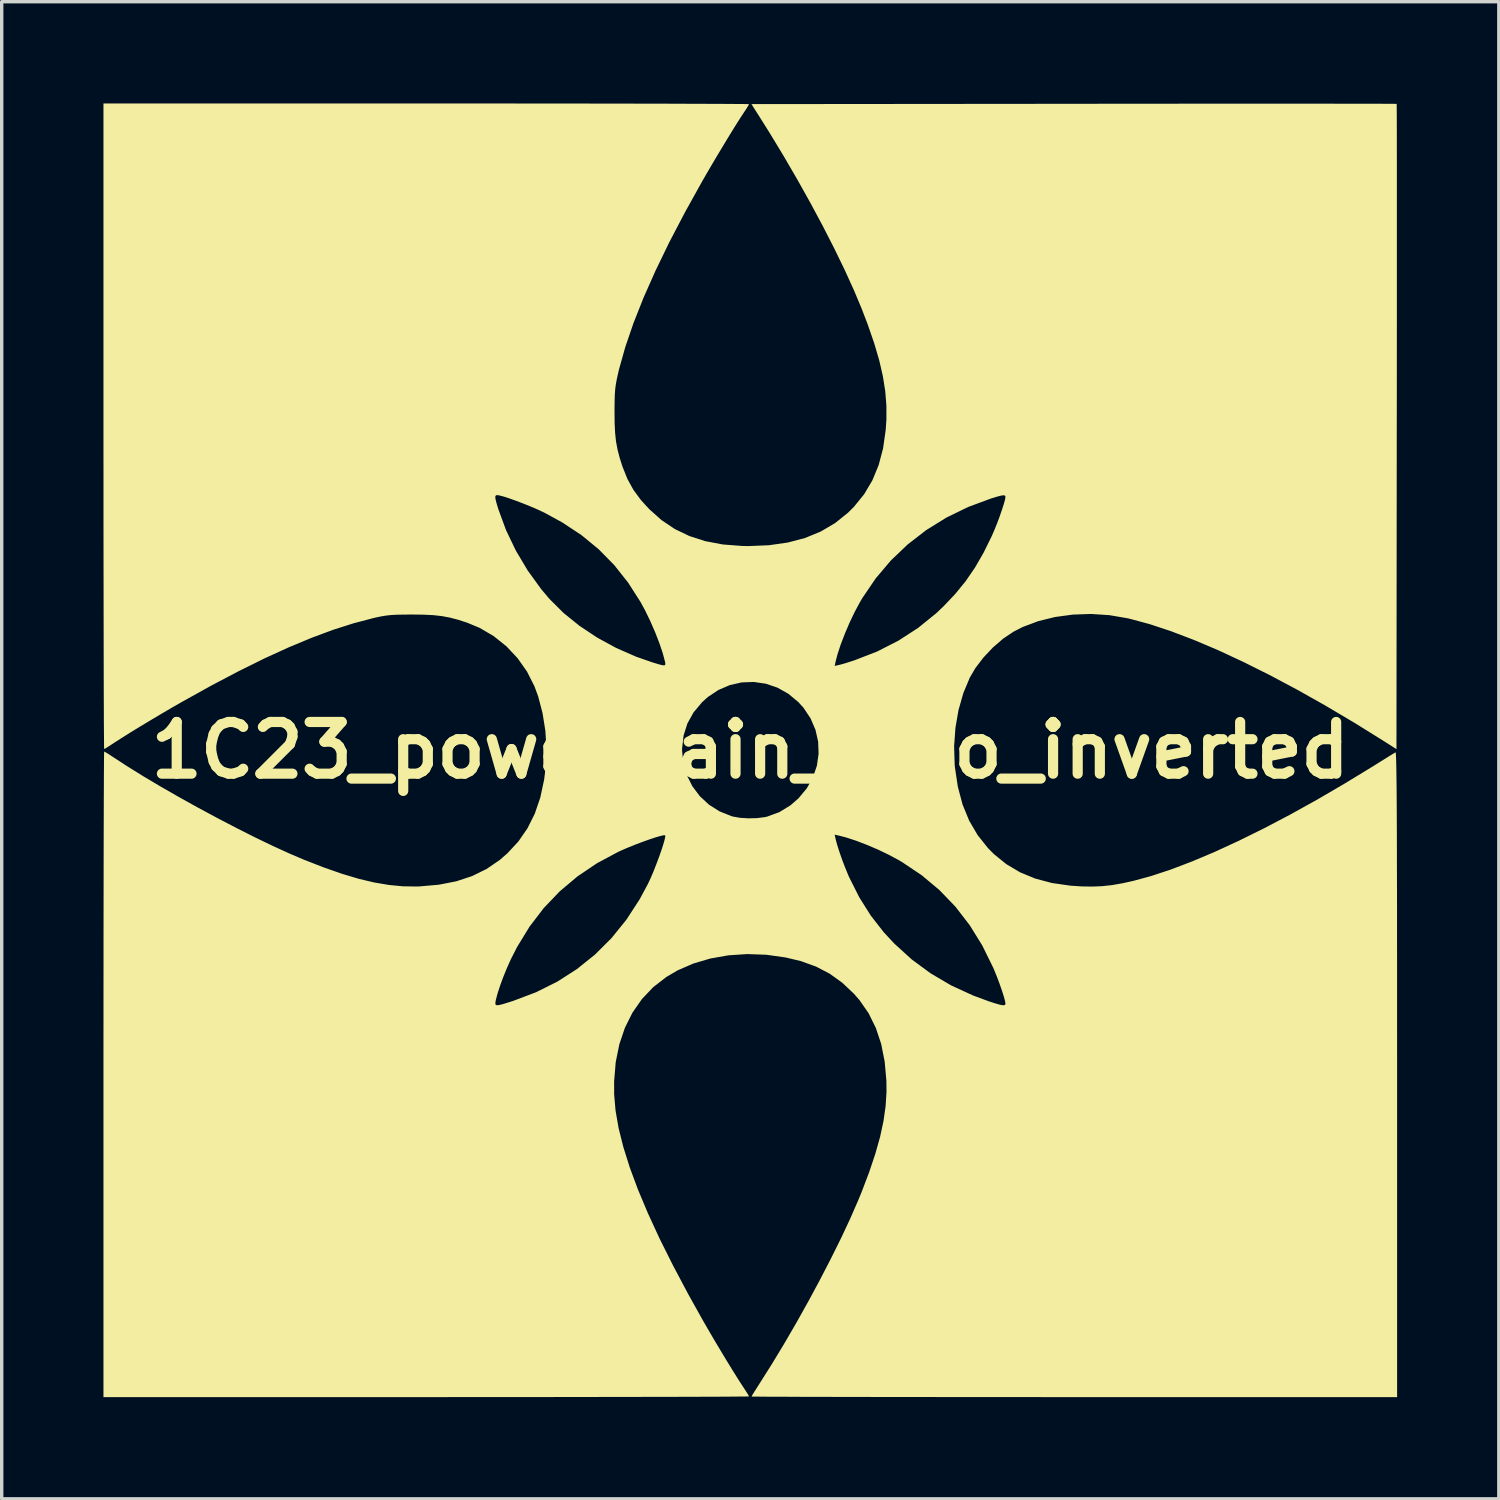
<source format=kicad_pcb>
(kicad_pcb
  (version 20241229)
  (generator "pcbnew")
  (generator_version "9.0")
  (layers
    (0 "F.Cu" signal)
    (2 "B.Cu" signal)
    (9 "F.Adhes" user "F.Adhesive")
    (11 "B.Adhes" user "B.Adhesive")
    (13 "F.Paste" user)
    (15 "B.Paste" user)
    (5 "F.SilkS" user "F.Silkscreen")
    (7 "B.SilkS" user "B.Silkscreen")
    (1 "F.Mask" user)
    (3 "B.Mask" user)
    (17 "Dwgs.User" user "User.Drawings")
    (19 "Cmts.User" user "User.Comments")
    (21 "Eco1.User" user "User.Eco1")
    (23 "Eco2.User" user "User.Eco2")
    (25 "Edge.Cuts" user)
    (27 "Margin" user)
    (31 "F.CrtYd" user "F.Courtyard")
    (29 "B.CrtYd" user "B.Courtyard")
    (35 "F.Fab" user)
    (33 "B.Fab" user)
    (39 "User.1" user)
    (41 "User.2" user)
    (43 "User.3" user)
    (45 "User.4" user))
  (footprint "1C23_powertrain_logo_inverted"
    (layer "F.Cu")
    (at 19.069 19.069)
    (property "Reference" "1C23_powertrain_logo_inverted" (at 0 0 0) (layer "F.SilkS") (effects (font (size 1.524 1.524) (thickness 0.3))))
    (attr board_only exclude_from_pos_files exclude_from_bom)
    (fp_poly (pts (xy -8.716 -19.069) (xy -7.899 -19.068) (xy -7.105 -19.068) (xy -6.337 -19.067) (xy -5.598 -19.067) (xy -4.891 -19.066) (xy -4.219 -19.065) (xy -3.586 -19.064) (xy -2.994 -19.063) (xy -2.446 -19.062) (xy -1.947 -19.06) (xy -1.498 -19.059) (xy -1.104 -19.057) (xy -0.766 -19.056) (xy -0.489 -19.054) (xy -0.275 -19.053) (xy -0.127 -19.051) (xy -0.049 -19.049) (xy -0.037 -19.048) (xy -0.057 -19.009) (xy -0.107 -18.926) (xy -0.178 -18.818) (xy -0.18 -18.815) (xy -0.291 -18.646) (xy -0.432 -18.424) (xy -0.594 -18.162) (xy -0.77 -17.872) (xy -0.953 -17.568) (xy -1.135 -17.261) (xy -1.309 -16.963) (xy -1.405 -16.797) (xy -1.923 -15.865) (xy -2.387 -14.979) (xy -2.794 -14.138) (xy -3.147 -13.343) (xy -3.443 -12.595) (xy -3.683 -11.894) (xy -3.867 -11.241) (xy -3.896 -11.117) (xy -3.934 -10.946) (xy -3.962 -10.799) (xy -3.981 -10.658) (xy -3.993 -10.504) (xy -3.999 -10.319) (xy -4.002 -10.084) (xy -4.002 -9.981) (xy -3.999 -9.641) (xy -3.985 -9.355) (xy -3.958 -9.103) (xy -3.914 -8.868) (xy -3.852 -8.628) (xy -3.768 -8.364) (xy -3.764 -8.353) (xy -3.621 -7.996) (xy -3.446 -7.679) (xy -3.226 -7.379) (xy -2.979 -7.109) (xy -2.617 -6.786) (xy -2.224 -6.522) (xy -1.795 -6.316) (xy -1.326 -6.165) (xy -0.813 -6.068) (xy -0.25 -6.024) (xy -0.056 -6.02) (xy 0.549 -6.045) (xy 1.104 -6.124) (xy 1.613 -6.258) (xy 2.077 -6.449) (xy 2.499 -6.697) (xy 2.88 -7.003) (xy 3.059 -7.181) (xy 3.357 -7.549) (xy 3.599 -7.957) (xy 3.785 -8.408) (xy 3.916 -8.905) (xy 3.993 -9.451) (xy 4.013 -9.749) (xy 4.013 -10.162) (xy 3.979 -10.585) (xy 3.909 -11.028) (xy 3.801 -11.498) (xy 3.652 -12.004) (xy 3.462 -12.554) (xy 3.282 -13.024) (xy 3.053 -13.569) (xy 2.783 -14.162) (xy 2.476 -14.794) (xy 2.138 -15.455) (xy 1.773 -16.136) (xy 1.387 -16.826) (xy 0.985 -17.517) (xy 0.572 -18.199) (xy 0.283 -18.659) (xy 0.034 -19.05) (xy 9.539 -19.059) (xy 10.375 -19.06) (xy 11.192 -19.061) (xy 11.986 -19.061) (xy 12.754 -19.062) (xy 13.493 -19.062) (xy 14.2 -19.062) (xy 14.872 -19.062) (xy 15.506 -19.062) (xy 16.098 -19.062) (xy 16.645 -19.062) (xy 17.145 -19.062) (xy 17.594 -19.061) (xy 17.989 -19.061) (xy 18.326 -19.06) (xy 18.604 -19.06) (xy 18.818 -19.059) (xy 18.966 -19.058) (xy 19.044 -19.057) (xy 19.056 -19.056) (xy 19.057 -19.018) (xy 19.058 -18.909) (xy 19.059 -18.732) (xy 19.06 -18.489) (xy 19.061 -18.185) (xy 19.061 -17.821) (xy 19.062 -17.402) (xy 19.062 -16.931) (xy 19.062 -16.409) (xy 19.062 -15.842) (xy 19.062 -15.231) (xy 19.062 -14.58) (xy 19.062 -13.892) (xy 19.062 -13.171) (xy 19.062 -12.418) (xy 19.061 -11.639) (xy 19.061 -10.834) (xy 19.06 -10.008) (xy 19.059 -9.539) (xy 19.05 -0.034) (xy 18.676 -0.272) (xy 17.805 -0.814) (xy 16.951 -1.32) (xy 16.118 -1.789) (xy 15.309 -2.219) (xy 14.53 -2.608) (xy 13.783 -2.955) (xy 13.072 -3.256) (xy 12.402 -3.511) (xy 11.777 -3.718) (xy 11.2 -3.874) (xy 11.117 -3.893) (xy 10.584 -3.984) (xy 10.044 -4.019) (xy 9.507 -4) (xy 8.985 -3.929) (xy 8.49 -3.807) (xy 8.034 -3.636) (xy 7.765 -3.499) (xy 7.455 -3.291) (xy 7.152 -3.03) (xy 6.873 -2.734) (xy 6.634 -2.42) (xy 6.471 -2.141) (xy 6.281 -1.687) (xy 6.139 -1.188) (xy 6.048 -0.66) (xy 6.009 -0.116) (xy 6.026 0.429) (xy 6.033 0.502) (xy 6.119 1.076) (xy 6.258 1.598) (xy 6.452 2.072) (xy 6.701 2.499) (xy 7.006 2.882) (xy 7.181 3.059) (xy 7.547 3.356) (xy 7.952 3.597) (xy 8.4 3.782) (xy 8.893 3.913) (xy 9.435 3.991) (xy 9.762 4.013) (xy 10.084 4.018) (xy 10.377 4.006) (xy 10.669 3.974) (xy 10.982 3.919) (xy 11.285 3.852) (xy 11.816 3.708) (xy 12.397 3.516) (xy 13.025 3.277) (xy 13.695 2.994) (xy 14.402 2.668) (xy 15.143 2.302) (xy 15.913 1.898) (xy 16.708 1.457) (xy 17.523 0.981) (xy 18.355 0.474) (xy 18.398 0.447) (xy 18.585 0.33) (xy 18.752 0.226) (xy 18.888 0.142) (xy 18.982 0.084) (xy 19.022 0.06) (xy 19.027 0.07) (xy 19.032 0.107) (xy 19.036 0.175) (xy 19.04 0.274) (xy 19.044 0.408) (xy 19.047 0.579) (xy 19.05 0.789) (xy 19.053 1.04) (xy 19.056 1.334) (xy 19.058 1.675) (xy 19.06 2.064) (xy 19.062 2.503) (xy 19.063 2.996) (xy 19.064 3.543) (xy 19.066 4.148) (xy 19.067 4.813) (xy 19.067 5.539) (xy 19.068 6.33) (xy 19.068 7.188) (xy 19.068 8.114) (xy 19.069 9.112) (xy 19.069 9.551) (xy 19.069 19.069) (xy 9.553 19.069) (xy 8.716 19.069) (xy 7.899 19.068) (xy 7.105 19.068) (xy 6.337 19.068) (xy 5.598 19.067) (xy 4.891 19.066) (xy 4.219 19.066) (xy 3.586 19.065) (xy 2.994 19.064) (xy 2.446 19.063) (xy 1.947 19.062) (xy 1.498 19.061) (xy 1.104 19.059) (xy 0.766 19.058) (xy 0.489 19.057) (xy 0.275 19.055) (xy 0.127 19.054) (xy 0.049 19.053) (xy 0.037 19.052) (xy 0.056 19.016) (xy 0.108 18.93) (xy 0.185 18.808) (xy 0.273 18.67) (xy 0.635 18.097) (xy 1.001 17.493) (xy 1.364 16.868) (xy 1.719 16.233) (xy 2.06 15.599) (xy 2.382 14.976) (xy 2.68 14.375) (xy 2.946 13.807) (xy 3.176 13.281) (xy 3.282 13.024) (xy 3.506 12.434) (xy 3.687 11.894) (xy 3.827 11.396) (xy 3.927 10.933) (xy 3.989 10.495) (xy 4.016 10.074) (xy 4.013 9.749) (xy 3.962 9.177) (xy 3.859 8.657) (xy 3.701 8.184) (xy 3.489 7.754) (xy 3.22 7.366) (xy 3.057 7.179) (xy 2.713 6.854) (xy 2.343 6.588) (xy 1.939 6.377) (xy 1.49 6.215) (xy 1.043 6.108) (xy 0.474 6.028) (xy -0.091 6.008) (xy -0.645 6.045) (xy -1.178 6.139) (xy -1.681 6.288) (xy -2.146 6.49) (xy -2.474 6.683) (xy -2.862 6.984) (xy -3.195 7.335) (xy -3.473 7.734) (xy -3.695 8.178) (xy -3.86 8.666) (xy -3.967 9.194) (xy -4.014 9.76) (xy -4.013 10.149) (xy -3.972 10.623) (xy -3.882 11.139) (xy -3.742 11.698) (xy -3.552 12.302) (xy -3.311 12.951) (xy -3.019 13.647) (xy -2.676 14.391) (xy -2.28 15.184) (xy -1.833 16.027) (xy -1.424 16.76) (xy -1.253 17.058) (xy -1.069 17.373) (xy -0.879 17.691) (xy -0.693 18) (xy -0.516 18.288) (xy -0.358 18.541) (xy -0.225 18.747) (xy -0.18 18.815) (xy -0.109 18.924) (xy -0.057 19.008) (xy -0.037 19.048) (xy -0.037 19.048) (xy -0.074 19.05) (xy -0.182 19.052) (xy -0.358 19.053) (xy -0.6 19.055) (xy -0.903 19.057) (xy -1.266 19.058) (xy -1.684 19.06) (xy -2.155 19.061) (xy -2.675 19.062) (xy -3.242 19.063) (xy -3.852 19.064) (xy -4.502 19.065) (xy -5.189 19.066) (xy -5.91 19.067) (xy -6.662 19.068) (xy -7.442 19.068) (xy -8.246 19.068) (xy -9.072 19.069) (xy -9.553 19.069) (xy -19.069 19.069) (xy -19.069 9.553) (xy -19.069 8.716) (xy -19.068 7.899) (xy -19.068 7.453) (xy -7.516 7.453) (xy -7.51 7.496) (xy -7.48 7.516) (xy -7.414 7.513) (xy -7.303 7.486) (xy -7.138 7.435) (xy -6.992 7.389) (xy -6.32 7.135) (xy -5.693 6.823) (xy -5.112 6.451) (xy -4.577 6.022) (xy -4.09 5.536) (xy -3.652 4.994) (xy -3.263 4.396) (xy -3.016 3.937) (xy -2.938 3.77) (xy -2.856 3.577) (xy -2.774 3.369) (xy -2.695 3.16) (xy -2.625 2.961) (xy -2.567 2.783) (xy -2.526 2.64) (xy -2.506 2.543) (xy -2.509 2.506) (xy -2.556 2.505) (xy -2.66 2.529) (xy -2.808 2.573) (xy -2.988 2.633) (xy -3.189 2.705) (xy -3.398 2.784) (xy -3.603 2.867) (xy -3.793 2.949) (xy -3.89 2.993) (xy -4.521 3.331) (xy -5.097 3.72) (xy -5.62 4.161) (xy -6.09 4.653) (xy -6.508 5.2) (xy -6.875 5.8) (xy -7.06 6.164) (xy -7.172 6.414) (xy -7.279 6.676) (xy -7.374 6.934) (xy -7.45 7.167) (xy -7.5 7.356) (xy -7.506 7.386) (xy -7.516 7.453) (xy -19.068 7.453) (xy -19.068 7.105) (xy -19.067 6.337) (xy -19.067 5.598) (xy -19.066 4.891) (xy -19.065 4.219) (xy -19.064 3.586) (xy -19.063 2.994) (xy -19.062 2.446) (xy -19.06 1.947) (xy -19.059 1.498) (xy -19.057 1.104) (xy -19.056 0.766) (xy -19.054 0.489) (xy -19.053 0.275) (xy -19.051 0.127) (xy -19.049 0.049) (xy -19.048 0.037) (xy -19.009 0.057) (xy -18.926 0.107) (xy -18.818 0.178) (xy -18.815 0.18) (xy -18.389 0.458) (xy -17.912 0.755) (xy -17.394 1.063) (xy -16.847 1.377) (xy -16.282 1.691) (xy -15.711 1.998) (xy -15.145 2.293) (xy -14.595 2.57) (xy -14.072 2.822) (xy -13.588 3.043) (xy -13.166 3.223) (xy -12.576 3.453) (xy -12.038 3.641) (xy -11.543 3.789) (xy -11.084 3.898) (xy -10.652 3.971) (xy -10.239 4.01) (xy -9.836 4.016) (xy -9.749 4.013) (xy -9.183 3.963) (xy -8.669 3.863) (xy -8.202 3.709) (xy -7.777 3.501) (xy -7.389 3.236) (xy -7.162 3.039) (xy -6.837 2.689) (xy -6.698 2.488) (xy 2.488 2.488) (xy 2.515 2.613) (xy 2.556 2.771) (xy 2.621 2.976) (xy 2.701 3.207) (xy 2.79 3.442) (xy 2.88 3.661) (xy 2.915 3.742) (xy 3.213 4.334) (xy 3.551 4.872) (xy 3.936 5.366) (xy 4.246 5.699) (xy 4.761 6.167) (xy 5.318 6.577) (xy 5.92 6.931) (xy 6.571 7.23) (xy 7.019 7.396) (xy 7.221 7.462) (xy 7.362 7.502) (xy 7.453 7.518) (xy 7.504 7.511) (xy 7.522 7.482) (xy 7.523 7.469) (xy 7.51 7.387) (xy 7.472 7.251) (xy 7.417 7.077) (xy 7.348 6.88) (xy 7.271 6.675) (xy 7.191 6.477) (xy 7.16 6.406) (xy 6.838 5.752) (xy 6.467 5.154) (xy 6.047 4.61) (xy 5.576 4.121) (xy 5.053 3.683) (xy 4.476 3.297) (xy 4.371 3.235) (xy 4.084 3.081) (xy 3.767 2.929) (xy 3.439 2.789) (xy 3.119 2.666) (xy 2.826 2.57) (xy 2.613 2.515) (xy 2.488 2.488) (xy -6.698 2.488) (xy -6.569 2.301) (xy -6.354 1.871) (xy -6.191 1.395) (xy -6.078 0.868) (xy -6.028 0.475) (xy -6.009 0) (xy -2.011 0) (xy -1.975 0.376) (xy -1.872 0.732) (xy -1.707 1.061) (xy -1.487 1.354) (xy -1.217 1.604) (xy -0.904 1.802) (xy -0.553 1.942) (xy -0.511 1.954) (xy -0.303 1.991) (xy -0.056 2.006) (xy 0.198 2) (xy 0.426 1.971) (xy 0.495 1.956) (xy 0.854 1.825) (xy 1.18 1.626) (xy 1.419 1.419) (xy 1.665 1.124) (xy 1.847 0.8) (xy 1.963 0.457) (xy 2.014 0.103) (xy 2.001 -0.253) (xy 1.922 -0.603) (xy 1.778 -0.939) (xy 1.57 -1.252) (xy 1.419 -1.419) (xy 1.124 -1.665) (xy 0.8 -1.847) (xy 0.457 -1.963) (xy 0.103 -2.014) (xy -0.253 -2.001) (xy -0.603 -1.922) (xy -0.939 -1.778) (xy -1.252 -1.57) (xy -1.419 -1.419) (xy -1.671 -1.119) (xy -1.853 -0.792) (xy -1.966 -0.438) (xy -2.01 -0.055) (xy -2.011 0) (xy -6.009 0) (xy -6.008 -0.043) (xy -6.041 -0.573) (xy -6.124 -1.096) (xy -6.254 -1.591) (xy -6.363 -1.887) (xy -6.581 -2.318) (xy -6.7 -2.488) (xy 2.488 -2.488) (xy 2.613 -2.515) (xy 2.704 -2.538) (xy 2.842 -2.579) (xy 3.002 -2.63) (xy 3.073 -2.653) (xy 3.74 -2.912) (xy 4.366 -3.231) (xy 4.948 -3.608) (xy 5.482 -4.04) (xy 5.699 -4.246) (xy 6.048 -4.615) (xy 6.353 -4.99) (xy 6.626 -5.388) (xy 6.879 -5.827) (xy 7.118 -6.313) (xy 7.193 -6.484) (xy 7.271 -6.678) (xy 7.347 -6.88) (xy 7.415 -7.076) (xy 7.471 -7.249) (xy 7.509 -7.384) (xy 7.523 -7.466) (xy 7.523 -7.468) (xy 7.514 -7.503) (xy 7.479 -7.518) (xy 7.408 -7.511) (xy 7.289 -7.481) (xy 7.112 -7.427) (xy 7.107 -7.426) (xy 6.426 -7.174) (xy 5.787 -6.863) (xy 5.191 -6.494) (xy 4.643 -6.071) (xy 4.144 -5.595) (xy 3.698 -5.068) (xy 3.307 -4.493) (xy 3.235 -4.371) (xy 3.081 -4.084) (xy 2.929 -3.767) (xy 2.789 -3.439) (xy 2.666 -3.119) (xy 2.57 -2.826) (xy 2.515 -2.613) (xy 2.488 -2.488) (xy -6.7 -2.488) (xy -6.859 -2.713) (xy -7.189 -3.065) (xy -7.565 -3.366) (xy -7.979 -3.609) (xy -8.353 -3.764) (xy -8.618 -3.849) (xy -8.858 -3.912) (xy -9.094 -3.956) (xy -9.344 -3.984) (xy -9.628 -3.998) (xy -9.967 -4.002) (xy -9.981 -4.002) (xy -10.238 -4) (xy -10.44 -3.996) (xy -10.603 -3.986) (xy -10.747 -3.97) (xy -10.889 -3.946) (xy -11.049 -3.912) (xy -11.117 -3.896) (xy -11.691 -3.745) (xy -12.295 -3.553) (xy -12.932 -3.316) (xy -13.607 -3.035) (xy -14.323 -2.708) (xy -15.081 -2.333) (xy -15.887 -1.909) (xy -16.742 -1.434) (xy -16.76 -1.424) (xy -17.058 -1.253) (xy -17.373 -1.068) (xy -17.691 -0.879) (xy -18.001 -0.692) (xy -18.289 -0.516) (xy -18.542 -0.357) (xy -18.749 -0.224) (xy -18.815 -0.18) (xy -18.924 -0.109) (xy -19.008 -0.057) (xy -19.048 -0.037) (xy -19.048 -0.037) (xy -19.05 -0.074) (xy -19.052 -0.182) (xy -19.053 -0.358) (xy -19.055 -0.6) (xy -19.057 -0.903) (xy -19.058 -1.266) (xy -19.06 -1.684) (xy -19.061 -2.155) (xy -19.062 -2.675) (xy -19.063 -3.242) (xy -19.064 -3.852) (xy -19.065 -4.502) (xy -19.066 -5.189) (xy -19.067 -5.91) (xy -19.068 -6.662) (xy -19.068 -7.442) (xy -19.068 -7.485) (xy -7.517 -7.485) (xy -7.514 -7.42) (xy -7.488 -7.309) (xy -7.438 -7.142) (xy -7.427 -7.106) (xy -7.201 -6.491) (xy -6.91 -5.884) (xy -6.561 -5.299) (xy -6.165 -4.752) (xy -5.919 -4.46) (xy -5.508 -4.051) (xy -5.037 -3.67) (xy -4.515 -3.323) (xy -3.954 -3.017) (xy -3.364 -2.758) (xy -2.868 -2.586) (xy -2.699 -2.535) (xy -2.59 -2.508) (xy -2.529 -2.504) (xy -2.505 -2.526) (xy -2.507 -2.574) (xy -2.515 -2.616) (xy -2.582 -2.868) (xy -2.682 -3.163) (xy -2.806 -3.483) (xy -2.948 -3.808) (xy -3.099 -4.12) (xy -3.235 -4.371) (xy -3.602 -4.944) (xy -4.012 -5.461) (xy -4.47 -5.927) (xy -4.979 -6.345) (xy -5.546 -6.719) (xy -6.074 -7.007) (xy -6.255 -7.092) (xy -6.462 -7.181) (xy -6.681 -7.27) (xy -6.899 -7.353) (xy -7.1 -7.425) (xy -7.272 -7.481) (xy -7.4 -7.514) (xy -7.458 -7.523) (xy -7.498 -7.515) (xy -7.517 -7.485) (xy -19.068 -7.485) (xy -19.068 -8.246) (xy -19.069 -9.072) (xy -19.069 -9.553) (xy -19.069 -19.069) (xy -9.553 -19.069)) (stroke (width 0) (type solid)) (fill yes) (layer "F.SilkS")))
  (gr_rect
    (start -3 -3)
    (end 41.137 41.137)
    (stroke (width 0.1) (type default))
    (fill no)
    (layer "Edge.Cuts")))
</source>
